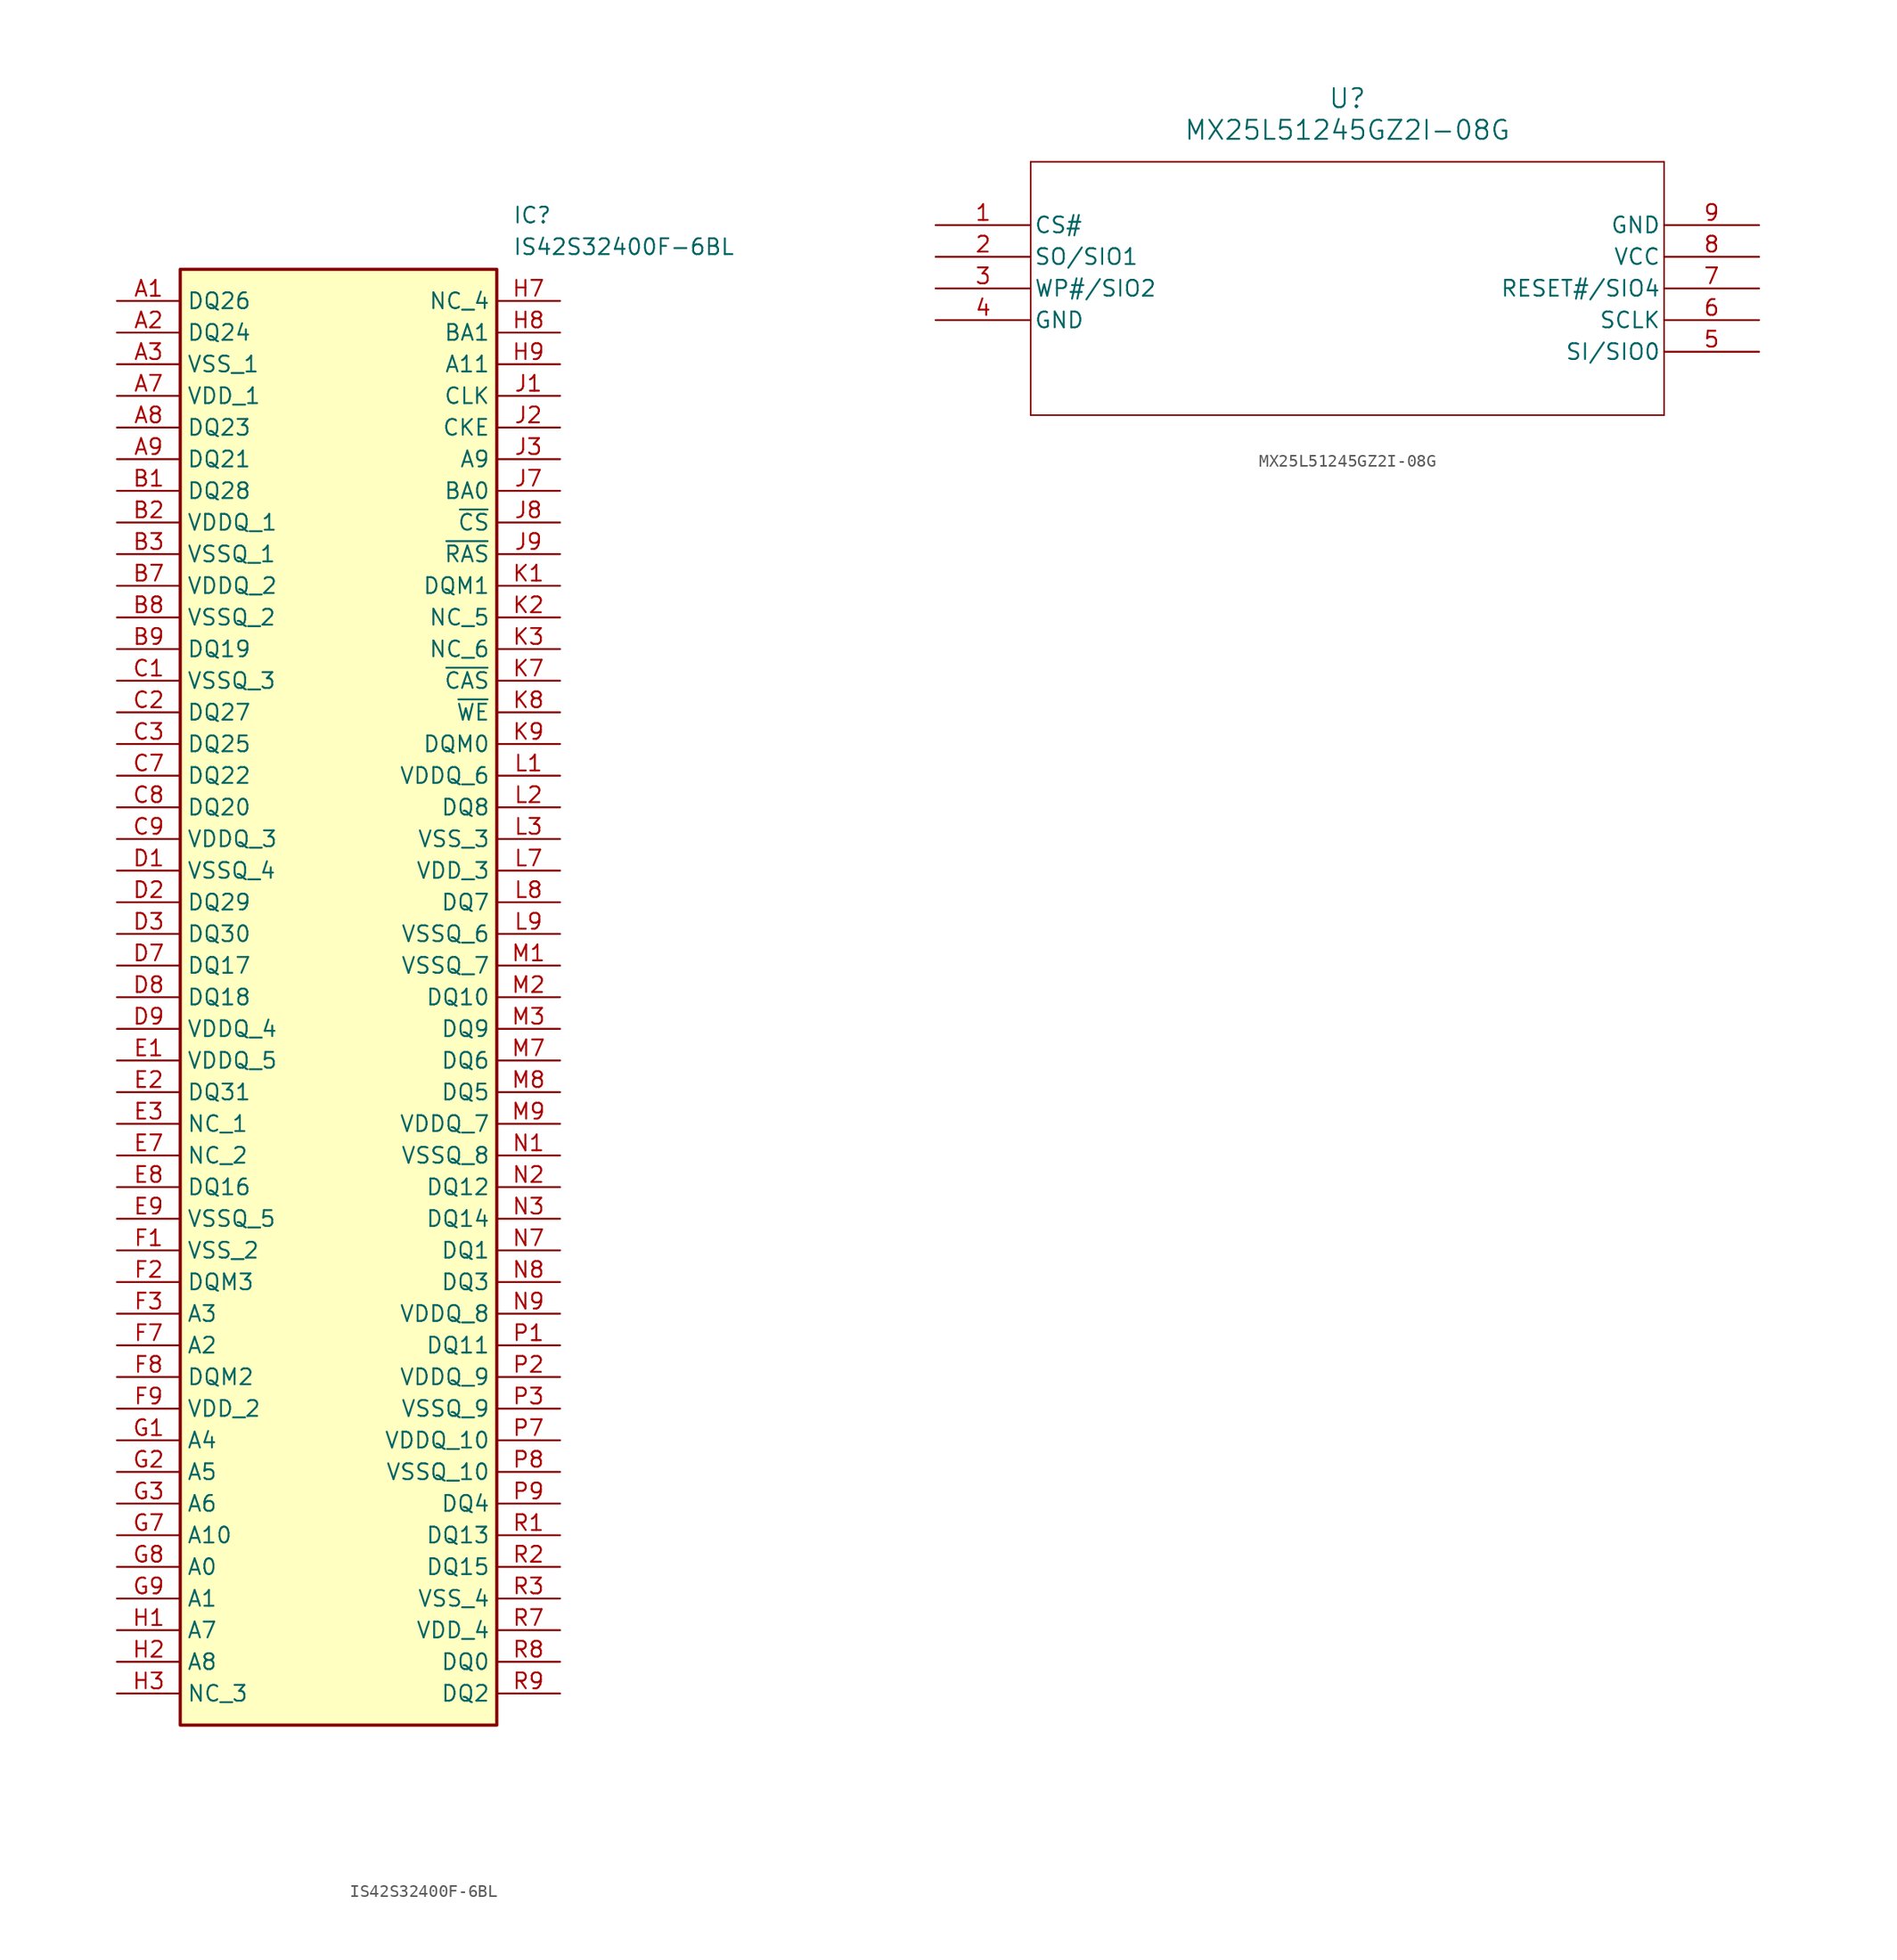
<source format=kicad_sym>
(kicad_symbol_lib
  (version 20220914)
  (generator kicad_symbol_editor)
  (symbol "IS42S32400F-6BL"
    (property "Reference" "IC"
      (at 31.75 7.62 0)
      (effects (font (size 1.27 1.27)) (justify left top)))
    (property "Value" "IS42S32400F-6BL"
      (at 31.75 5.08 0)
      (effects (font (size 1.27 1.27)) (justify left top)))
    (symbol "IS42S32400F-6BL_1_1"
      (rectangle (start 5.08 2.54) (end 30.48 -114.3) (stroke (width 0.254) (type default)) (fill (type background)))
      (pin passive line (at 0 0 0) (length 5.08) (name "DQ26" (effects (font (size 1.27 1.27)))) (number "A1" (effects (font (size 1.27 1.27)))))
      (pin passive line (at 0 -2.54 0) (length 5.08) (name "DQ24" (effects (font (size 1.27 1.27)))) (number "A2" (effects (font (size 1.27 1.27)))))
      (pin passive line (at 0 -5.08 0) (length 5.08) (name "VSS_1" (effects (font (size 1.27 1.27)))) (number "A3" (effects (font (size 1.27 1.27)))))
      (pin passive line (at 0 -7.62 0) (length 5.08) (name "VDD_1" (effects (font (size 1.27 1.27)))) (number "A7" (effects (font (size 1.27 1.27)))))
      (pin passive line (at 0 -10.16 0) (length 5.08) (name "DQ23" (effects (font (size 1.27 1.27)))) (number "A8" (effects (font (size 1.27 1.27)))))
      (pin passive line (at 0 -12.7 0) (length 5.08) (name "DQ21" (effects (font (size 1.27 1.27)))) (number "A9" (effects (font (size 1.27 1.27)))))
      (pin passive line (at 0 -15.24 0) (length 5.08) (name "DQ28" (effects (font (size 1.27 1.27)))) (number "B1" (effects (font (size 1.27 1.27)))))
      (pin passive line (at 0 -17.78 0) (length 5.08) (name "VDDQ_1" (effects (font (size 1.27 1.27)))) (number "B2" (effects (font (size 1.27 1.27)))))
      (pin passive line (at 0 -20.32 0) (length 5.08) (name "VSSQ_1" (effects (font (size 1.27 1.27)))) (number "B3" (effects (font (size 1.27 1.27)))))
      (pin passive line (at 0 -22.86 0) (length 5.08) (name "VDDQ_2" (effects (font (size 1.27 1.27)))) (number "B7" (effects (font (size 1.27 1.27)))))
      (pin passive line (at 0 -25.4 0) (length 5.08) (name "VSSQ_2" (effects (font (size 1.27 1.27)))) (number "B8" (effects (font (size 1.27 1.27)))))
      (pin passive line (at 0 -27.94 0) (length 5.08) (name "DQ19" (effects (font (size 1.27 1.27)))) (number "B9" (effects (font (size 1.27 1.27)))))
      (pin passive line (at 0 -30.48 0) (length 5.08) (name "VSSQ_3" (effects (font (size 1.27 1.27)))) (number "C1" (effects (font (size 1.27 1.27)))))
      (pin passive line (at 0 -33.02 0) (length 5.08) (name "DQ27" (effects (font (size 1.27 1.27)))) (number "C2" (effects (font (size 1.27 1.27)))))
      (pin passive line (at 0 -35.56 0) (length 5.08) (name "DQ25" (effects (font (size 1.27 1.27)))) (number "C3" (effects (font (size 1.27 1.27)))))
      (pin passive line (at 0 -38.1 0) (length 5.08) (name "DQ22" (effects (font (size 1.27 1.27)))) (number "C7" (effects (font (size 1.27 1.27)))))
      (pin passive line (at 0 -40.64 0) (length 5.08) (name "DQ20" (effects (font (size 1.27 1.27)))) (number "C8" (effects (font (size 1.27 1.27)))))
      (pin passive line (at 0 -43.18 0) (length 5.08) (name "VDDQ_3" (effects (font (size 1.27 1.27)))) (number "C9" (effects (font (size 1.27 1.27)))))
      (pin passive line (at 0 -45.72 0) (length 5.08) (name "VSSQ_4" (effects (font (size 1.27 1.27)))) (number "D1" (effects (font (size 1.27 1.27)))))
      (pin passive line (at 0 -48.26 0) (length 5.08) (name "DQ29" (effects (font (size 1.27 1.27)))) (number "D2" (effects (font (size 1.27 1.27)))))
      (pin passive line (at 0 -50.8 0) (length 5.08) (name "DQ30" (effects (font (size 1.27 1.27)))) (number "D3" (effects (font (size 1.27 1.27)))))
      (pin passive line (at 0 -53.34 0) (length 5.08) (name "DQ17" (effects (font (size 1.27 1.27)))) (number "D7" (effects (font (size 1.27 1.27)))))
      (pin passive line (at 0 -55.88 0) (length 5.08) (name "DQ18" (effects (font (size 1.27 1.27)))) (number "D8" (effects (font (size 1.27 1.27)))))
      (pin passive line (at 0 -58.42 0) (length 5.08) (name "VDDQ_4" (effects (font (size 1.27 1.27)))) (number "D9" (effects (font (size 1.27 1.27)))))
      (pin passive line (at 0 -60.96 0) (length 5.08) (name "VDDQ_5" (effects (font (size 1.27 1.27)))) (number "E1" (effects (font (size 1.27 1.27)))))
      (pin passive line (at 0 -63.5 0) (length 5.08) (name "DQ31" (effects (font (size 1.27 1.27)))) (number "E2" (effects (font (size 1.27 1.27)))))
      (pin passive line (at 0 -66.04 0) (length 5.08) (name "NC_1" (effects (font (size 1.27 1.27)))) (number "E3" (effects (font (size 1.27 1.27)))))
      (pin passive line (at 0 -68.58 0) (length 5.08) (name "NC_2" (effects (font (size 1.27 1.27)))) (number "E7" (effects (font (size 1.27 1.27)))))
      (pin passive line (at 0 -71.12 0) (length 5.08) (name "DQ16" (effects (font (size 1.27 1.27)))) (number "E8" (effects (font (size 1.27 1.27)))))
      (pin passive line (at 0 -73.66 0) (length 5.08) (name "VSSQ_5" (effects (font (size 1.27 1.27)))) (number "E9" (effects (font (size 1.27 1.27)))))
      (pin passive line (at 0 -76.2 0) (length 5.08) (name "VSS_2" (effects (font (size 1.27 1.27)))) (number "F1" (effects (font (size 1.27 1.27)))))
      (pin passive line (at 0 -78.74 0) (length 5.08) (name "DQM3" (effects (font (size 1.27 1.27)))) (number "F2" (effects (font (size 1.27 1.27)))))
      (pin passive line (at 0 -81.28 0) (length 5.08) (name "A3" (effects (font (size 1.27 1.27)))) (number "F3" (effects (font (size 1.27 1.27)))))
      (pin passive line (at 0 -83.82 0) (length 5.08) (name "A2" (effects (font (size 1.27 1.27)))) (number "F7" (effects (font (size 1.27 1.27)))))
      (pin passive line (at 0 -86.36 0) (length 5.08) (name "DQM2" (effects (font (size 1.27 1.27)))) (number "F8" (effects (font (size 1.27 1.27)))))
      (pin passive line (at 0 -88.9 0) (length 5.08) (name "VDD_2" (effects (font (size 1.27 1.27)))) (number "F9" (effects (font (size 1.27 1.27)))))
      (pin passive line (at 0 -91.44 0) (length 5.08) (name "A4" (effects (font (size 1.27 1.27)))) (number "G1" (effects (font (size 1.27 1.27)))))
      (pin passive line (at 0 -93.98 0) (length 5.08) (name "A5" (effects (font (size 1.27 1.27)))) (number "G2" (effects (font (size 1.27 1.27)))))
      (pin passive line (at 0 -96.52 0) (length 5.08) (name "A6" (effects (font (size 1.27 1.27)))) (number "G3" (effects (font (size 1.27 1.27)))))
      (pin passive line (at 0 -99.06 0) (length 5.08) (name "A10" (effects (font (size 1.27 1.27)))) (number "G7" (effects (font (size 1.27 1.27)))))
      (pin passive line (at 0 -101.6 0) (length 5.08) (name "A0" (effects (font (size 1.27 1.27)))) (number "G8" (effects (font (size 1.27 1.27)))))
      (pin passive line (at 0 -104.14 0) (length 5.08) (name "A1" (effects (font (size 1.27 1.27)))) (number "G9" (effects (font (size 1.27 1.27)))))
      (pin passive line (at 0 -106.68 0) (length 5.08) (name "A7" (effects (font (size 1.27 1.27)))) (number "H1" (effects (font (size 1.27 1.27)))))
      (pin passive line (at 0 -109.22 0) (length 5.08) (name "A8" (effects (font (size 1.27 1.27)))) (number "H2" (effects (font (size 1.27 1.27)))))
      (pin passive line (at 0 -111.76 0) (length 5.08) (name "NC_3" (effects (font (size 1.27 1.27)))) (number "H3" (effects (font (size 1.27 1.27)))))
      (pin passive line (at 35.56 0 180) (length 5.08) (name "NC_4" (effects (font (size 1.27 1.27)))) (number "H7" (effects (font (size 1.27 1.27)))))
      (pin passive line (at 35.56 -2.54 180) (length 5.08) (name "BA1" (effects (font (size 1.27 1.27)))) (number "H8" (effects (font (size 1.27 1.27)))))
      (pin passive line (at 35.56 -5.08 180) (length 5.08) (name "A11" (effects (font (size 1.27 1.27)))) (number "H9" (effects (font (size 1.27 1.27)))))
      (pin passive line (at 35.56 -7.62 180) (length 5.08) (name "CLK" (effects (font (size 1.27 1.27)))) (number "J1" (effects (font (size 1.27 1.27)))))
      (pin passive line (at 35.56 -10.16 180) (length 5.08) (name "CKE" (effects (font (size 1.27 1.27)))) (number "J2" (effects (font (size 1.27 1.27)))))
      (pin passive line (at 35.56 -12.7 180) (length 5.08) (name "A9" (effects (font (size 1.27 1.27)))) (number "J3" (effects (font (size 1.27 1.27)))))
      (pin passive line (at 35.56 -15.24 180) (length 5.08) (name "BA0" (effects (font (size 1.27 1.27)))) (number "J7" (effects (font (size 1.27 1.27)))))
      (pin passive line (at 35.56 -17.78 180) (length 5.08) (name "~{CS}" (effects (font (size 1.27 1.27)))) (number "J8" (effects (font (size 1.27 1.27)))))
      (pin passive line (at 35.56 -20.32 180) (length 5.08) (name "~{RAS}" (effects (font (size 1.27 1.27)))) (number "J9" (effects (font (size 1.27 1.27)))))
      (pin passive line (at 35.56 -22.86 180) (length 5.08) (name "DQM1" (effects (font (size 1.27 1.27)))) (number "K1" (effects (font (size 1.27 1.27)))))
      (pin passive line (at 35.56 -25.4 180) (length 5.08) (name "NC_5" (effects (font (size 1.27 1.27)))) (number "K2" (effects (font (size 1.27 1.27)))))
      (pin passive line (at 35.56 -27.94 180) (length 5.08) (name "NC_6" (effects (font (size 1.27 1.27)))) (number "K3" (effects (font (size 1.27 1.27)))))
      (pin passive line (at 35.56 -30.48 180) (length 5.08) (name "~{CAS}" (effects (font (size 1.27 1.27)))) (number "K7" (effects (font (size 1.27 1.27)))))
      (pin passive line (at 35.56 -33.02 180) (length 5.08) (name "~{WE}" (effects (font (size 1.27 1.27)))) (number "K8" (effects (font (size 1.27 1.27)))))
      (pin passive line (at 35.56 -35.56 180) (length 5.08) (name "DQM0" (effects (font (size 1.27 1.27)))) (number "K9" (effects (font (size 1.27 1.27)))))
      (pin passive line (at 35.56 -38.1 180) (length 5.08) (name "VDDQ_6" (effects (font (size 1.27 1.27)))) (number "L1" (effects (font (size 1.27 1.27)))))
      (pin passive line (at 35.56 -40.64 180) (length 5.08) (name "DQ8" (effects (font (size 1.27 1.27)))) (number "L2" (effects (font (size 1.27 1.27)))))
      (pin passive line (at 35.56 -43.18 180) (length 5.08) (name "VSS_3" (effects (font (size 1.27 1.27)))) (number "L3" (effects (font (size 1.27 1.27)))))
      (pin passive line (at 35.56 -45.72 180) (length 5.08) (name "VDD_3" (effects (font (size 1.27 1.27)))) (number "L7" (effects (font (size 1.27 1.27)))))
      (pin passive line (at 35.56 -48.26 180) (length 5.08) (name "DQ7" (effects (font (size 1.27 1.27)))) (number "L8" (effects (font (size 1.27 1.27)))))
      (pin passive line (at 35.56 -50.8 180) (length 5.08) (name "VSSQ_6" (effects (font (size 1.27 1.27)))) (number "L9" (effects (font (size 1.27 1.27)))))
      (pin passive line (at 35.56 -53.34 180) (length 5.08) (name "VSSQ_7" (effects (font (size 1.27 1.27)))) (number "M1" (effects (font (size 1.27 1.27)))))
      (pin passive line (at 35.56 -55.88 180) (length 5.08) (name "DQ10" (effects (font (size 1.27 1.27)))) (number "M2" (effects (font (size 1.27 1.27)))))
      (pin passive line (at 35.56 -58.42 180) (length 5.08) (name "DQ9" (effects (font (size 1.27 1.27)))) (number "M3" (effects (font (size 1.27 1.27)))))
      (pin passive line (at 35.56 -60.96 180) (length 5.08) (name "DQ6" (effects (font (size 1.27 1.27)))) (number "M7" (effects (font (size 1.27 1.27)))))
      (pin passive line (at 35.56 -63.5 180) (length 5.08) (name "DQ5" (effects (font (size 1.27 1.27)))) (number "M8" (effects (font (size 1.27 1.27)))))
      (pin passive line (at 35.56 -66.04 180) (length 5.08) (name "VDDQ_7" (effects (font (size 1.27 1.27)))) (number "M9" (effects (font (size 1.27 1.27)))))
      (pin passive line (at 35.56 -68.58 180) (length 5.08) (name "VSSQ_8" (effects (font (size 1.27 1.27)))) (number "N1" (effects (font (size 1.27 1.27)))))
      (pin passive line (at 35.56 -71.12 180) (length 5.08) (name "DQ12" (effects (font (size 1.27 1.27)))) (number "N2" (effects (font (size 1.27 1.27)))))
      (pin passive line (at 35.56 -73.66 180) (length 5.08) (name "DQ14" (effects (font (size 1.27 1.27)))) (number "N3" (effects (font (size 1.27 1.27)))))
      (pin passive line (at 35.56 -76.2 180) (length 5.08) (name "DQ1" (effects (font (size 1.27 1.27)))) (number "N7" (effects (font (size 1.27 1.27)))))
      (pin passive line (at 35.56 -78.74 180) (length 5.08) (name "DQ3" (effects (font (size 1.27 1.27)))) (number "N8" (effects (font (size 1.27 1.27)))))
      (pin passive line (at 35.56 -81.28 180) (length 5.08) (name "VDDQ_8" (effects (font (size 1.27 1.27)))) (number "N9" (effects (font (size 1.27 1.27)))))
      (pin passive line (at 35.56 -83.82 180) (length 5.08) (name "DQ11" (effects (font (size 1.27 1.27)))) (number "P1" (effects (font (size 1.27 1.27)))))
      (pin passive line (at 35.56 -86.36 180) (length 5.08) (name "VDDQ_9" (effects (font (size 1.27 1.27)))) (number "P2" (effects (font (size 1.27 1.27)))))
      (pin passive line (at 35.56 -88.9 180) (length 5.08) (name "VSSQ_9" (effects (font (size 1.27 1.27)))) (number "P3" (effects (font (size 1.27 1.27)))))
      (pin passive line (at 35.56 -91.44 180) (length 5.08) (name "VDDQ_10" (effects (font (size 1.27 1.27)))) (number "P7" (effects (font (size 1.27 1.27)))))
      (pin passive line (at 35.56 -93.98 180) (length 5.08) (name "VSSQ_10" (effects (font (size 1.27 1.27)))) (number "P8" (effects (font (size 1.27 1.27)))))
      (pin passive line (at 35.56 -96.52 180) (length 5.08) (name "DQ4" (effects (font (size 1.27 1.27)))) (number "P9" (effects (font (size 1.27 1.27)))))
      (pin passive line (at 35.56 -99.06 180) (length 5.08) (name "DQ13" (effects (font (size 1.27 1.27)))) (number "R1" (effects (font (size 1.27 1.27)))))
      (pin passive line (at 35.56 -101.6 180) (length 5.08) (name "DQ15" (effects (font (size 1.27 1.27)))) (number "R2" (effects (font (size 1.27 1.27)))))
      (pin passive line (at 35.56 -104.14 180) (length 5.08) (name "VSS_4" (effects (font (size 1.27 1.27)))) (number "R3" (effects (font (size 1.27 1.27)))))
      (pin passive line (at 35.56 -106.68 180) (length 5.08) (name "VDD_4" (effects (font (size 1.27 1.27)))) (number "R7" (effects (font (size 1.27 1.27)))))
      (pin passive line (at 35.56 -109.22 180) (length 5.08) (name "DQ0" (effects (font (size 1.27 1.27)))) (number "R8" (effects (font (size 1.27 1.27)))))
      (pin passive line (at 35.56 -111.76 180) (length 5.08) (name "DQ2" (effects (font (size 1.27 1.27)))) (number "R9" (effects (font (size 1.27 1.27)))))))
  (symbol "MX25L51245GZ2I-08G"
    (pin_names
      (offset 0.254))
    (property "Reference" "U"
      (at 33.02 10.16 0)
      (effects (font (size 1.524 1.524))))
    (property "Value" "MX25L51245GZ2I-08G"
      (at 33.02 7.62 0)
      (effects (font (size 1.524 1.524))))
    (property "ki_locked" ""
      (at 0 0 0)
      (effects (font (size 1.27 1.27))))
    (symbol "MX25L51245GZ2I-08G_0_1"
      (polyline (pts (xy 7.62 -15.24) (xy 58.42 -15.24)) (stroke (width 0.127) (type default)) (fill (type none)))
      (polyline (pts (xy 7.62 5.08) (xy 7.62 -15.24)) (stroke (width 0.127) (type default)) (fill (type none)))
      (polyline (pts (xy 58.42 -15.24) (xy 58.42 5.08)) (stroke (width 0.127) (type default)) (fill (type none)))
      (polyline (pts (xy 58.42 5.08) (xy 7.62 5.08)) (stroke (width 0.127) (type default)) (fill (type none)))
      (pin input line (at 0 0 0) (length 7.62) (name "CS#" (effects (font (size 1.27 1.27)))) (number "1" (effects (font (size 1.27 1.27)))))
      (pin bidirectional line (at 0 -2.54 0) (length 7.62) (name "SO/SIO1" (effects (font (size 1.27 1.27)))) (number "2" (effects (font (size 1.27 1.27)))))
      (pin bidirectional line (at 0 -5.08 0) (length 7.62) (name "WP#/SIO2" (effects (font (size 1.27 1.27)))) (number "3" (effects (font (size 1.27 1.27)))))
      (pin power_out line (at 0 -7.62 0) (length 7.62) (name "GND" (effects (font (size 1.27 1.27)))) (number "4" (effects (font (size 1.27 1.27)))))
      (pin bidirectional line (at 66.04 -10.16 180) (length 7.62) (name "SI/SIO0" (effects (font (size 1.27 1.27)))) (number "5" (effects (font (size 1.27 1.27)))))
      (pin input line (at 66.04 -7.62 180) (length 7.62) (name "SCLK" (effects (font (size 1.27 1.27)))) (number "6" (effects (font (size 1.27 1.27)))))
      (pin bidirectional line (at 66.04 -5.08 180) (length 7.62) (name "RESET#/SIO4" (effects (font (size 1.27 1.27)))) (number "7" (effects (font (size 1.27 1.27)))))
      (pin power_in line (at 66.04 -2.54 180) (length 7.62) (name "VCC" (effects (font (size 1.27 1.27)))) (number "8" (effects (font (size 1.27 1.27)))))
      (pin power_out line (at 66.04 0 180) (length 7.62) (name "GND" (effects (font (size 1.27 1.27)))) (number "9" (effects (font (size 1.27 1.27))))))))
</source>
